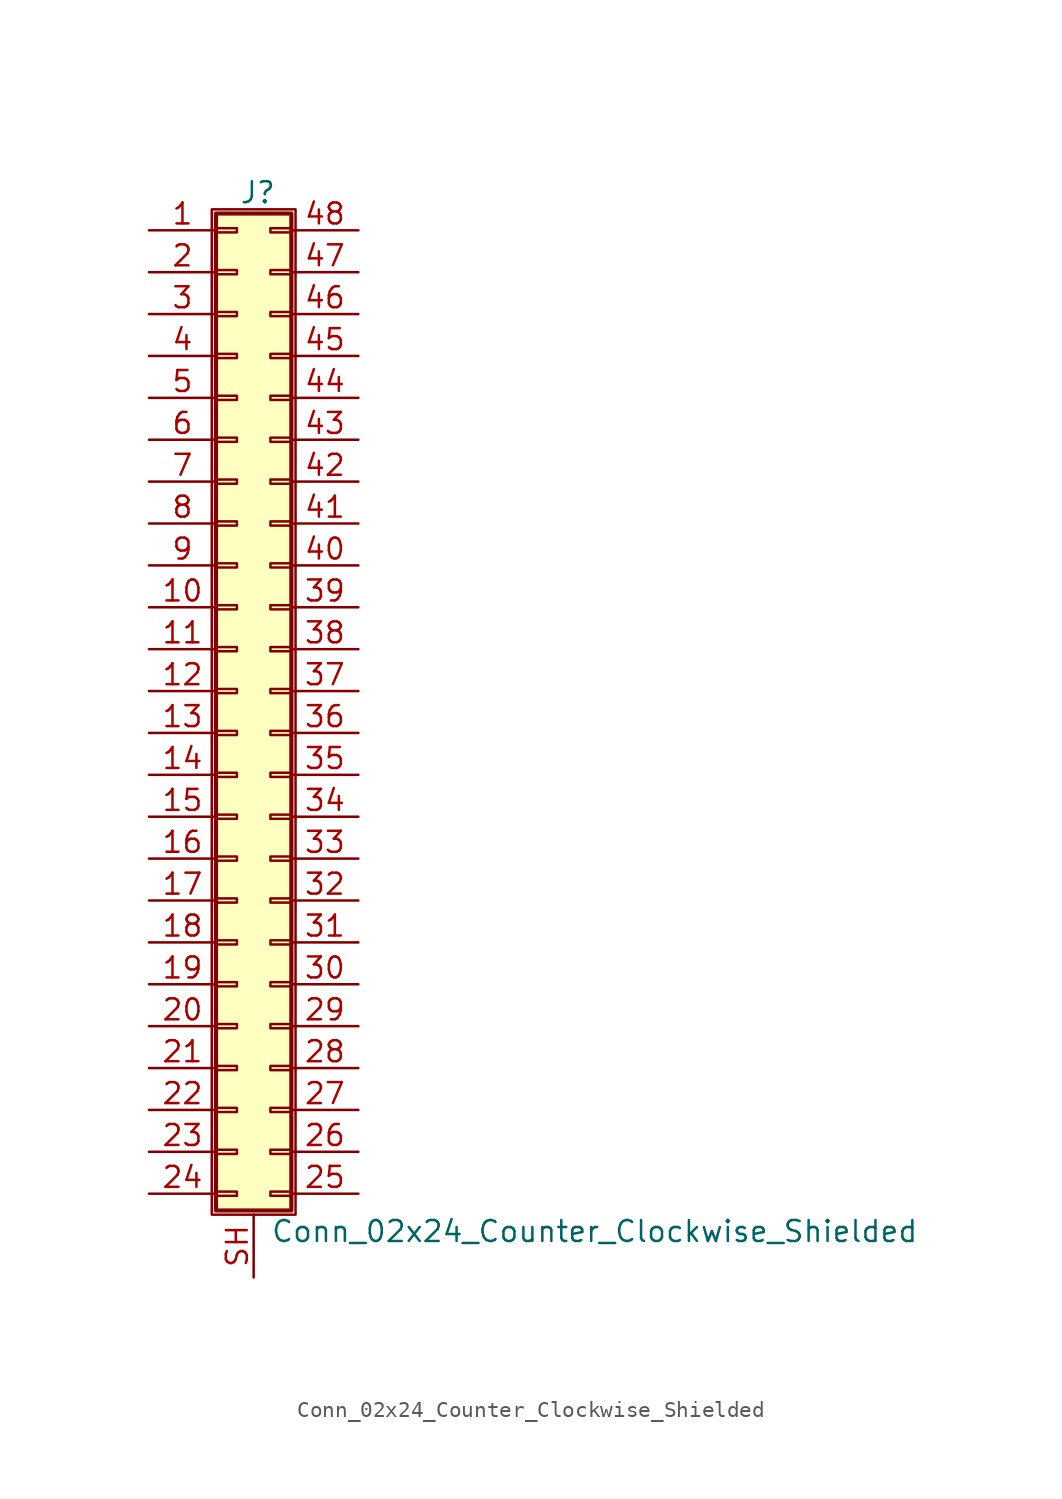
<source format=kicad_sym>
(kicad_symbol_lib
  (version 20220914)
  (generator kicad_symbol_editor)
  (symbol "Conn_02x24_Counter_Clockwise_Shielded"
    (pin_names
      (offset 1.016) hide)
    (property "Reference" "J"
      (at 1.524 30.226 0)
      (effects (font (size 1.27 1.27))))
    (property "Value" "Conn_02x24_Counter_Clockwise_Shielded"
      (at 2.286 -32.766 0)
      (effects (font (size 1.27 1.27)) (justify left)))
    (symbol "Conn_02x24_Counter_Clockwise_Shielded_1_1"
      (rectangle (start -1.27 29.21) (end 3.81 -31.75) (stroke (width 0.152) (type default)) (fill (type none)))
      (rectangle (start -1.016 -30.353) (end 0.254 -30.607) (stroke (width 0.152) (type default)) (fill (type none)))
      (rectangle (start -1.016 -27.813) (end 0.254 -28.067) (stroke (width 0.152) (type default)) (fill (type none)))
      (rectangle (start -1.016 -25.273) (end 0.254 -25.527) (stroke (width 0.152) (type default)) (fill (type none)))
      (rectangle (start -1.016 -22.733) (end 0.254 -22.987) (stroke (width 0.152) (type default)) (fill (type none)))
      (rectangle (start -1.016 -20.193) (end 0.254 -20.447) (stroke (width 0.152) (type default)) (fill (type none)))
      (rectangle (start -1.016 -17.653) (end 0.254 -17.907) (stroke (width 0.152) (type default)) (fill (type none)))
      (rectangle (start -1.016 -15.113) (end 0.254 -15.367) (stroke (width 0.152) (type default)) (fill (type none)))
      (rectangle (start -1.016 -12.573) (end 0.254 -12.827) (stroke (width 0.152) (type default)) (fill (type none)))
      (rectangle (start -1.016 -10.033) (end 0.254 -10.287) (stroke (width 0.152) (type default)) (fill (type none)))
      (rectangle (start -1.016 -7.493) (end 0.254 -7.747) (stroke (width 0.152) (type default)) (fill (type none)))
      (rectangle (start -1.016 -4.953) (end 0.254 -5.207) (stroke (width 0.152) (type default)) (fill (type none)))
      (rectangle (start -1.016 -2.413) (end 0.254 -2.667) (stroke (width 0.152) (type default)) (fill (type none)))
      (rectangle (start -1.016 0.127) (end 0.254 -0.127) (stroke (width 0.152) (type default)) (fill (type none)))
      (rectangle (start -1.016 2.667) (end 0.254 2.413) (stroke (width 0.152) (type default)) (fill (type none)))
      (rectangle (start -1.016 5.207) (end 0.254 4.953) (stroke (width 0.152) (type default)) (fill (type none)))
      (rectangle (start -1.016 7.747) (end 0.254 7.493) (stroke (width 0.152) (type default)) (fill (type none)))
      (rectangle (start -1.016 10.287) (end 0.254 10.033) (stroke (width 0.152) (type default)) (fill (type none)))
      (rectangle (start -1.016 12.827) (end 0.254 12.573) (stroke (width 0.152) (type default)) (fill (type none)))
      (rectangle (start -1.016 15.367) (end 0.254 15.113) (stroke (width 0.152) (type default)) (fill (type none)))
      (rectangle (start -1.016 17.907) (end 0.254 17.653) (stroke (width 0.152) (type default)) (fill (type none)))
      (rectangle (start -1.016 20.447) (end 0.254 20.193) (stroke (width 0.152) (type default)) (fill (type none)))
      (rectangle (start -1.016 22.987) (end 0.254 22.733) (stroke (width 0.152) (type default)) (fill (type none)))
      (rectangle (start -1.016 25.527) (end 0.254 25.273) (stroke (width 0.152) (type default)) (fill (type none)))
      (rectangle (start -1.016 28.067) (end 0.254 27.813) (stroke (width 0.152) (type default)) (fill (type none)))
      (rectangle (start -1.016 28.956) (end 3.556 -31.496) (stroke (width 0.254) (type default)) (fill (type background)))
      (rectangle (start 3.556 -30.353) (end 2.286 -30.607) (stroke (width 0.152) (type default)) (fill (type none)))
      (rectangle (start 3.556 -27.813) (end 2.286 -28.067) (stroke (width 0.152) (type default)) (fill (type none)))
      (rectangle (start 3.556 -25.273) (end 2.286 -25.527) (stroke (width 0.152) (type default)) (fill (type none)))
      (rectangle (start 3.556 -22.733) (end 2.286 -22.987) (stroke (width 0.152) (type default)) (fill (type none)))
      (rectangle (start 3.556 -20.193) (end 2.286 -20.447) (stroke (width 0.152) (type default)) (fill (type none)))
      (rectangle (start 3.556 -17.653) (end 2.286 -17.907) (stroke (width 0.152) (type default)) (fill (type none)))
      (rectangle (start 3.556 -15.113) (end 2.286 -15.367) (stroke (width 0.152) (type default)) (fill (type none)))
      (rectangle (start 3.556 -12.573) (end 2.286 -12.827) (stroke (width 0.152) (type default)) (fill (type none)))
      (rectangle (start 3.556 -10.033) (end 2.286 -10.287) (stroke (width 0.152) (type default)) (fill (type none)))
      (rectangle (start 3.556 -7.493) (end 2.286 -7.747) (stroke (width 0.152) (type default)) (fill (type none)))
      (rectangle (start 3.556 -4.953) (end 2.286 -5.207) (stroke (width 0.152) (type default)) (fill (type none)))
      (rectangle (start 3.556 -2.413) (end 2.286 -2.667) (stroke (width 0.152) (type default)) (fill (type none)))
      (rectangle (start 3.556 0.127) (end 2.286 -0.127) (stroke (width 0.152) (type default)) (fill (type none)))
      (rectangle (start 3.556 2.667) (end 2.286 2.413) (stroke (width 0.152) (type default)) (fill (type none)))
      (rectangle (start 3.556 5.207) (end 2.286 4.953) (stroke (width 0.152) (type default)) (fill (type none)))
      (rectangle (start 3.556 7.747) (end 2.286 7.493) (stroke (width 0.152) (type default)) (fill (type none)))
      (rectangle (start 3.556 10.287) (end 2.286 10.033) (stroke (width 0.152) (type default)) (fill (type none)))
      (rectangle (start 3.556 12.827) (end 2.286 12.573) (stroke (width 0.152) (type default)) (fill (type none)))
      (rectangle (start 3.556 15.367) (end 2.286 15.113) (stroke (width 0.152) (type default)) (fill (type none)))
      (rectangle (start 3.556 17.907) (end 2.286 17.653) (stroke (width 0.152) (type default)) (fill (type none)))
      (rectangle (start 3.556 20.447) (end 2.286 20.193) (stroke (width 0.152) (type default)) (fill (type none)))
      (rectangle (start 3.556 22.987) (end 2.286 22.733) (stroke (width 0.152) (type default)) (fill (type none)))
      (rectangle (start 3.556 25.527) (end 2.286 25.273) (stroke (width 0.152) (type default)) (fill (type none)))
      (rectangle (start 3.556 28.067) (end 2.286 27.813) (stroke (width 0.152) (type default)) (fill (type none)))
      (pin passive line (at -5.08 27.94 0) (length 4.064) (name "Pin_1" (effects (font (size 1.27 1.27)))) (number "1" (effects (font (size 1.27 1.27)))))
      (pin passive line (at -5.08 5.08 0) (length 4.064) (name "Pin_10" (effects (font (size 1.27 1.27)))) (number "10" (effects (font (size 1.27 1.27)))))
      (pin passive line (at -5.08 2.54 0) (length 4.064) (name "Pin_11" (effects (font (size 1.27 1.27)))) (number "11" (effects (font (size 1.27 1.27)))))
      (pin passive line (at -5.08 0 0) (length 4.064) (name "Pin_12" (effects (font (size 1.27 1.27)))) (number "12" (effects (font (size 1.27 1.27)))))
      (pin passive line (at -5.08 -2.54 0) (length 4.064) (name "Pin_13" (effects (font (size 1.27 1.27)))) (number "13" (effects (font (size 1.27 1.27)))))
      (pin passive line (at -5.08 -5.08 0) (length 4.064) (name "Pin_14" (effects (font (size 1.27 1.27)))) (number "14" (effects (font (size 1.27 1.27)))))
      (pin passive line (at -5.08 -7.62 0) (length 4.064) (name "Pin_15" (effects (font (size 1.27 1.27)))) (number "15" (effects (font (size 1.27 1.27)))))
      (pin passive line (at -5.08 -10.16 0) (length 4.064) (name "Pin_16" (effects (font (size 1.27 1.27)))) (number "16" (effects (font (size 1.27 1.27)))))
      (pin passive line (at -5.08 -12.7 0) (length 4.064) (name "Pin_17" (effects (font (size 1.27 1.27)))) (number "17" (effects (font (size 1.27 1.27)))))
      (pin passive line (at -5.08 -15.24 0) (length 4.064) (name "Pin_18" (effects (font (size 1.27 1.27)))) (number "18" (effects (font (size 1.27 1.27)))))
      (pin passive line (at -5.08 -17.78 0) (length 4.064) (name "Pin_19" (effects (font (size 1.27 1.27)))) (number "19" (effects (font (size 1.27 1.27)))))
      (pin passive line (at -5.08 25.4 0) (length 4.064) (name "Pin_2" (effects (font (size 1.27 1.27)))) (number "2" (effects (font (size 1.27 1.27)))))
      (pin passive line (at -5.08 -20.32 0) (length 4.064) (name "Pin_20" (effects (font (size 1.27 1.27)))) (number "20" (effects (font (size 1.27 1.27)))))
      (pin passive line (at -5.08 -22.86 0) (length 4.064) (name "Pin_21" (effects (font (size 1.27 1.27)))) (number "21" (effects (font (size 1.27 1.27)))))
      (pin passive line (at -5.08 -25.4 0) (length 4.064) (name "Pin_22" (effects (font (size 1.27 1.27)))) (number "22" (effects (font (size 1.27 1.27)))))
      (pin passive line (at -5.08 -27.94 0) (length 4.064) (name "Pin_23" (effects (font (size 1.27 1.27)))) (number "23" (effects (font (size 1.27 1.27)))))
      (pin passive line (at -5.08 -30.48 0) (length 4.064) (name "Pin_24" (effects (font (size 1.27 1.27)))) (number "24" (effects (font (size 1.27 1.27)))))
      (pin passive line (at 7.62 -30.48 180) (length 4.064) (name "Pin_25" (effects (font (size 1.27 1.27)))) (number "25" (effects (font (size 1.27 1.27)))))
      (pin passive line (at 7.62 -27.94 180) (length 4.064) (name "Pin_26" (effects (font (size 1.27 1.27)))) (number "26" (effects (font (size 1.27 1.27)))))
      (pin passive line (at 7.62 -25.4 180) (length 4.064) (name "Pin_27" (effects (font (size 1.27 1.27)))) (number "27" (effects (font (size 1.27 1.27)))))
      (pin passive line (at 7.62 -22.86 180) (length 4.064) (name "Pin_28" (effects (font (size 1.27 1.27)))) (number "28" (effects (font (size 1.27 1.27)))))
      (pin passive line (at 7.62 -20.32 180) (length 4.064) (name "Pin_29" (effects (font (size 1.27 1.27)))) (number "29" (effects (font (size 1.27 1.27)))))
      (pin passive line (at -5.08 22.86 0) (length 4.064) (name "Pin_3" (effects (font (size 1.27 1.27)))) (number "3" (effects (font (size 1.27 1.27)))))
      (pin passive line (at 7.62 -17.78 180) (length 4.064) (name "Pin_30" (effects (font (size 1.27 1.27)))) (number "30" (effects (font (size 1.27 1.27)))))
      (pin passive line (at 7.62 -15.24 180) (length 4.064) (name "Pin_31" (effects (font (size 1.27 1.27)))) (number "31" (effects (font (size 1.27 1.27)))))
      (pin passive line (at 7.62 -12.7 180) (length 4.064) (name "Pin_32" (effects (font (size 1.27 1.27)))) (number "32" (effects (font (size 1.27 1.27)))))
      (pin passive line (at 7.62 -10.16 180) (length 4.064) (name "Pin_33" (effects (font (size 1.27 1.27)))) (number "33" (effects (font (size 1.27 1.27)))))
      (pin passive line (at 7.62 -7.62 180) (length 4.064) (name "Pin_34" (effects (font (size 1.27 1.27)))) (number "34" (effects (font (size 1.27 1.27)))))
      (pin passive line (at 7.62 -5.08 180) (length 4.064) (name "Pin_35" (effects (font (size 1.27 1.27)))) (number "35" (effects (font (size 1.27 1.27)))))
      (pin passive line (at 7.62 -2.54 180) (length 4.064) (name "Pin_36" (effects (font (size 1.27 1.27)))) (number "36" (effects (font (size 1.27 1.27)))))
      (pin passive line (at 7.62 0 180) (length 4.064) (name "Pin_37" (effects (font (size 1.27 1.27)))) (number "37" (effects (font (size 1.27 1.27)))))
      (pin passive line (at 7.62 2.54 180) (length 4.064) (name "Pin_38" (effects (font (size 1.27 1.27)))) (number "38" (effects (font (size 1.27 1.27)))))
      (pin passive line (at 7.62 5.08 180) (length 4.064) (name "Pin_39" (effects (font (size 1.27 1.27)))) (number "39" (effects (font (size 1.27 1.27)))))
      (pin passive line (at -5.08 20.32 0) (length 4.064) (name "Pin_4" (effects (font (size 1.27 1.27)))) (number "4" (effects (font (size 1.27 1.27)))))
      (pin passive line (at 7.62 7.62 180) (length 4.064) (name "Pin_40" (effects (font (size 1.27 1.27)))) (number "40" (effects (font (size 1.27 1.27)))))
      (pin passive line (at 7.62 10.16 180) (length 4.064) (name "Pin_41" (effects (font (size 1.27 1.27)))) (number "41" (effects (font (size 1.27 1.27)))))
      (pin passive line (at 7.62 12.7 180) (length 4.064) (name "Pin_42" (effects (font (size 1.27 1.27)))) (number "42" (effects (font (size 1.27 1.27)))))
      (pin passive line (at 7.62 15.24 180) (length 4.064) (name "Pin_43" (effects (font (size 1.27 1.27)))) (number "43" (effects (font (size 1.27 1.27)))))
      (pin passive line (at 7.62 17.78 180) (length 4.064) (name "Pin_44" (effects (font (size 1.27 1.27)))) (number "44" (effects (font (size 1.27 1.27)))))
      (pin passive line (at 7.62 20.32 180) (length 4.064) (name "Pin_45" (effects (font (size 1.27 1.27)))) (number "45" (effects (font (size 1.27 1.27)))))
      (pin passive line (at 7.62 22.86 180) (length 4.064) (name "Pin_46" (effects (font (size 1.27 1.27)))) (number "46" (effects (font (size 1.27 1.27)))))
      (pin passive line (at 7.62 25.4 180) (length 4.064) (name "Pin_47" (effects (font (size 1.27 1.27)))) (number "47" (effects (font (size 1.27 1.27)))))
      (pin passive line (at 7.62 27.94 180) (length 4.064) (name "Pin_48" (effects (font (size 1.27 1.27)))) (number "48" (effects (font (size 1.27 1.27)))))
      (pin passive line (at -5.08 17.78 0) (length 4.064) (name "Pin_5" (effects (font (size 1.27 1.27)))) (number "5" (effects (font (size 1.27 1.27)))))
      (pin passive line (at -5.08 15.24 0) (length 4.064) (name "Pin_6" (effects (font (size 1.27 1.27)))) (number "6" (effects (font (size 1.27 1.27)))))
      (pin passive line (at -5.08 12.7 0) (length 4.064) (name "Pin_7" (effects (font (size 1.27 1.27)))) (number "7" (effects (font (size 1.27 1.27)))))
      (pin passive line (at -5.08 10.16 0) (length 4.064) (name "Pin_8" (effects (font (size 1.27 1.27)))) (number "8" (effects (font (size 1.27 1.27)))))
      (pin passive line (at -5.08 7.62 0) (length 4.064) (name "Pin_9" (effects (font (size 1.27 1.27)))) (number "9" (effects (font (size 1.27 1.27)))))
      (pin passive line (at 1.27 -35.56 90) (length 3.81) (name "Shield" (effects (font (size 1.27 1.27)))) (number "SH" (effects (font (size 1.27 1.27))))))))
</source>
